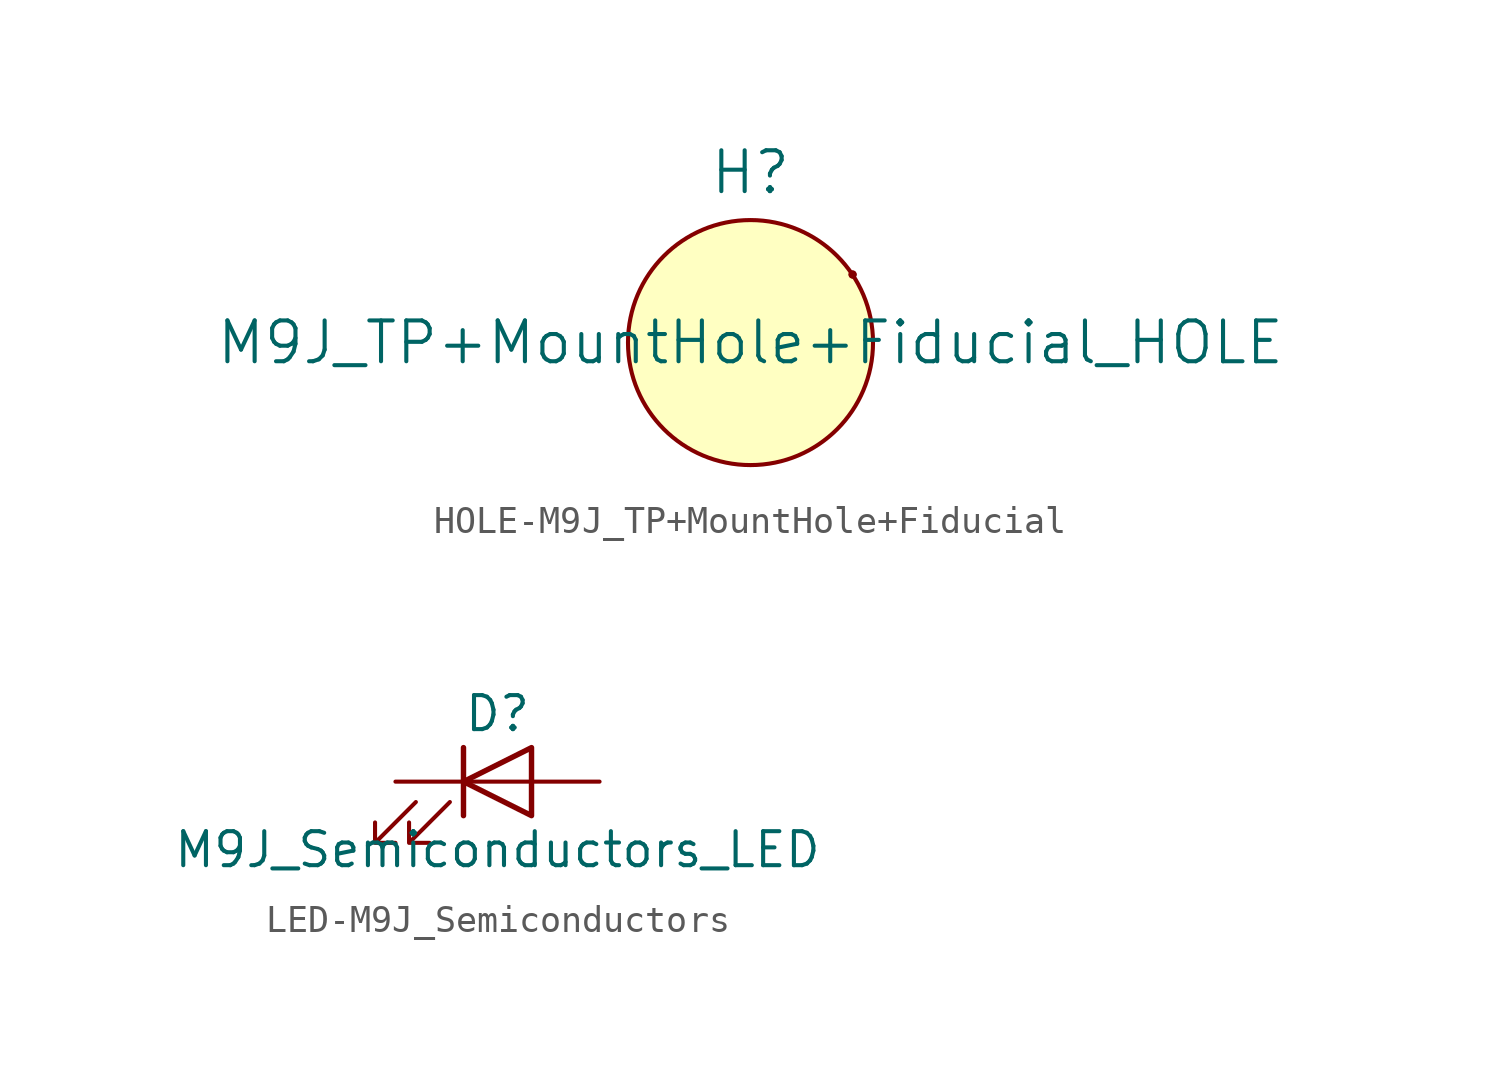
<source format=kicad_sym>
(kicad_symbol_lib
  (version 20220914)
  (generator kicad_symbol_editor)
  (symbol "HOLE-M9J_TP+MountHole+Fiducial"
    (pin_names
      (offset 1.016))
    (property "Reference" "H"
      (at 0 6.35 0)
      (effects (font (size 1.524 1.524))))
    (property "Value" "M9J_TP+MountHole+Fiducial_HOLE"
      (at 0 0 0)
      (effects (font (size 1.524 1.524))))
    (symbol "HOLE-M9J_TP+MountHole+Fiducial_0_1"
      (circle (center 0 0) (radius 4.572) (stroke (width 0) (type solid)) (fill (type background)))
      (circle (center 3.81 2.54) (radius 0.0001) (stroke (width 0) (type solid)) (fill (type none)))
      (circle (center 3.81 2.54) (radius 0.0001) (stroke (width 0) (type solid)) (fill (type none)))))
  (symbol "LED-M9J_Semiconductors"
    (pin_numbers hide)
    (pin_names
      (offset 1.016) hide)
    (property "Reference" "D"
      (at 0 2.54 0)
      (effects (font (size 1.27 1.27))))
    (property "Value" "M9J_Semiconductors_LED"
      (at 0 -2.54 0)
      (effects (font (size 1.27 1.27))))
    (symbol "LED-M9J_Semiconductors_0_1"
      (polyline (pts (xy -1.27 -1.27) (xy -1.27 1.27)) (stroke (width 0.203) (type solid)) (fill (type none)))
      (polyline (pts (xy -1.27 0) (xy 1.27 0)) (stroke (width 0) (type solid)) (fill (type none)))
      (polyline (pts (xy 1.27 -1.27) (xy 1.27 1.27) (xy -1.27 0) (xy 1.27 -1.27)) (stroke (width 0.203) (type solid)) (fill (type none)))
      (polyline (pts (xy -3.048 -0.762) (xy -4.572 -2.286) (xy -3.81 -2.286) (xy -4.572 -2.286) (xy -4.572 -1.524)) (stroke (width 0) (type solid)) (fill (type none)))
      (polyline (pts (xy -1.778 -0.762) (xy -3.302 -2.286) (xy -2.54 -2.286) (xy -3.302 -2.286) (xy -3.302 -1.524)) (stroke (width 0) (type solid)) (fill (type none))))
    (symbol "LED-M9J_Semiconductors_1_1"
      (pin passive line (at -3.81 0 0) (length 2.54) (name "K" (effects (font (size 1.27 1.27)))) (number "1" (effects (font (size 1.27 1.27)))))
      (pin passive line (at 3.81 0 180) (length 2.54) (name "A" (effects (font (size 1.27 1.27)))) (number "2" (effects (font (size 1.27 1.27))))))))
</source>
